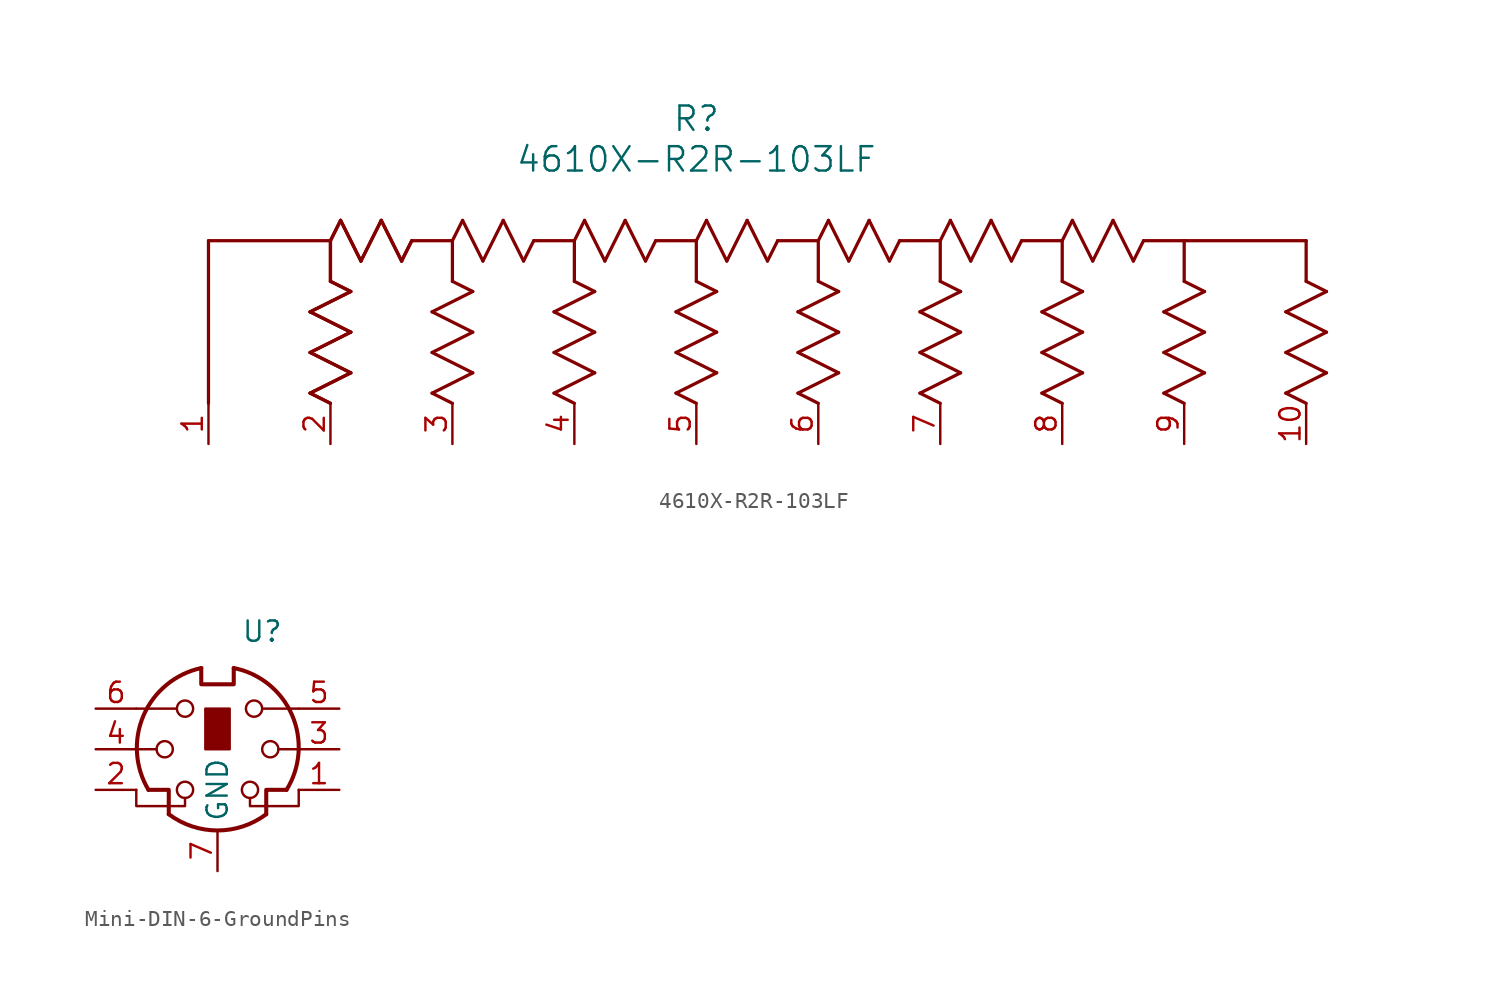
<source format=kicad_sym>
(kicad_symbol_lib
  (version 20241209)
  (generator "kicad_symbol_editor")
  (generator_version "9.0")
  (symbol "4610X-R2R-103LF"
    (pin_names
      (offset 0.254))
    (property "Reference" "R"
      (at 30.48 20.32 0)
      (effects (font (size 1.524 1.524))))
    (property "Value" "4610X-R2R-103LF"
      (at 30.48 17.78 0)
      (effects (font (size 1.524 1.524))))
    (property "ki_locked" ""
      (at 0 0 0)
      (effects (font (size 1.27 1.27))))
    (symbol "4610X-R2R-103LF_0_1"
      (polyline (pts (xy 0 12.7) (xy 7.62 12.7)) (stroke (width 0.203) (type default)) (fill (type none)))
      (polyline (pts (xy 0 2.54) (xy 0 12.7)) (stroke (width 0.203) (type default)) (fill (type none)))
      (polyline (pts (xy 6.35 8.255) (xy 8.89 6.985)) (stroke (width 0.203) (type default)) (fill (type none)))
      (polyline (pts (xy 6.35 8.255) (xy 8.89 6.985)) (stroke (width 0.203) (type default)) (fill (type none)))
      (polyline (pts (xy 6.35 5.715) (xy 8.89 4.445)) (stroke (width 0.203) (type default)) (fill (type none)))
      (polyline (pts (xy 6.35 5.715) (xy 8.89 4.445)) (stroke (width 0.203) (type default)) (fill (type none)))
      (polyline (pts (xy 6.35 3.175) (xy 7.62 2.54)) (stroke (width 0.203) (type default)) (fill (type none)))
      (polyline (pts (xy 6.35 3.175) (xy 7.62 2.54)) (stroke (width 0.203) (type default)) (fill (type none)))
      (polyline (pts (xy 7.62 12.7) (xy 7.62 10.16)) (stroke (width 0.203) (type default)) (fill (type none)))
      (polyline (pts (xy 7.62 12.7) (xy 7.62 10.16)) (stroke (width 0.203) (type default)) (fill (type none)))
      (polyline (pts (xy 7.62 12.7) (xy 8.255 13.97)) (stroke (width 0.203) (type default)) (fill (type none)))
      (polyline (pts (xy 7.62 12.7) (xy 8.255 13.97)) (stroke (width 0.203) (type default)) (fill (type none)))
      (polyline (pts (xy 7.62 10.16) (xy 8.89 9.525)) (stroke (width 0.203) (type default)) (fill (type none)))
      (polyline (pts (xy 7.62 10.16) (xy 8.89 9.525)) (stroke (width 0.203) (type default)) (fill (type none)))
      (polyline (pts (xy 8.255 13.97) (xy 9.525 11.43)) (stroke (width 0.203) (type default)) (fill (type none)))
      (polyline (pts (xy 8.255 13.97) (xy 9.525 11.43)) (stroke (width 0.203) (type default)) (fill (type none)))
      (polyline (pts (xy 8.89 9.525) (xy 6.35 8.255)) (stroke (width 0.203) (type default)) (fill (type none)))
      (polyline (pts (xy 8.89 9.525) (xy 6.35 8.255)) (stroke (width 0.203) (type default)) (fill (type none)))
      (polyline (pts (xy 8.89 6.985) (xy 6.35 5.715)) (stroke (width 0.203) (type default)) (fill (type none)))
      (polyline (pts (xy 8.89 6.985) (xy 6.35 5.715)) (stroke (width 0.203) (type default)) (fill (type none)))
      (polyline (pts (xy 8.89 4.445) (xy 6.35 3.175)) (stroke (width 0.203) (type default)) (fill (type none)))
      (polyline (pts (xy 8.89 4.445) (xy 6.35 3.175)) (stroke (width 0.203) (type default)) (fill (type none)))
      (polyline (pts (xy 9.525 11.43) (xy 10.795 13.97)) (stroke (width 0.203) (type default)) (fill (type none)))
      (polyline (pts (xy 9.525 11.43) (xy 10.795 13.97)) (stroke (width 0.203) (type default)) (fill (type none)))
      (polyline (pts (xy 10.795 13.97) (xy 12.065 11.43)) (stroke (width 0.203) (type default)) (fill (type none)))
      (polyline (pts (xy 10.795 13.97) (xy 12.065 11.43)) (stroke (width 0.203) (type default)) (fill (type none)))
      (polyline (pts (xy 12.065 11.43) (xy 12.7 12.7)) (stroke (width 0.203) (type default)) (fill (type none)))
      (polyline (pts (xy 12.065 11.43) (xy 12.7 12.7)) (stroke (width 0.203) (type default)) (fill (type none)))
      (polyline (pts (xy 12.7 12.7) (xy 15.24 12.7)) (stroke (width 0.203) (type default)) (fill (type none)))
      (polyline (pts (xy 13.97 8.255) (xy 16.51 6.985)) (stroke (width 0.203) (type default)) (fill (type none)))
      (polyline (pts (xy 13.97 5.715) (xy 16.51 4.445)) (stroke (width 0.203) (type default)) (fill (type none)))
      (polyline (pts (xy 13.97 3.175) (xy 15.24 2.54)) (stroke (width 0.203) (type default)) (fill (type none)))
      (polyline (pts (xy 15.24 12.7) (xy 15.24 10.16)) (stroke (width 0.203) (type default)) (fill (type none)))
      (polyline (pts (xy 15.24 12.7) (xy 15.875 13.97)) (stroke (width 0.203) (type default)) (fill (type none)))
      (polyline (pts (xy 15.24 10.16) (xy 16.51 9.525)) (stroke (width 0.203) (type default)) (fill (type none)))
      (polyline (pts (xy 15.875 13.97) (xy 17.145 11.43)) (stroke (width 0.203) (type default)) (fill (type none)))
      (polyline (pts (xy 16.51 9.525) (xy 13.97 8.255)) (stroke (width 0.203) (type default)) (fill (type none)))
      (polyline (pts (xy 16.51 6.985) (xy 13.97 5.715)) (stroke (width 0.203) (type default)) (fill (type none)))
      (polyline (pts (xy 16.51 4.445) (xy 13.97 3.175)) (stroke (width 0.203) (type default)) (fill (type none)))
      (polyline (pts (xy 17.145 11.43) (xy 18.415 13.97)) (stroke (width 0.203) (type default)) (fill (type none)))
      (polyline (pts (xy 18.415 13.97) (xy 19.685 11.43)) (stroke (width 0.203) (type default)) (fill (type none)))
      (polyline (pts (xy 19.685 11.43) (xy 20.32 12.7)) (stroke (width 0.203) (type default)) (fill (type none)))
      (polyline (pts (xy 20.32 12.7) (xy 22.86 12.7)) (stroke (width 0.203) (type default)) (fill (type none)))
      (polyline (pts (xy 21.59 8.255) (xy 24.13 6.985)) (stroke (width 0.203) (type default)) (fill (type none)))
      (polyline (pts (xy 21.59 5.715) (xy 24.13 4.445)) (stroke (width 0.203) (type default)) (fill (type none)))
      (polyline (pts (xy 21.59 3.175) (xy 22.86 2.54)) (stroke (width 0.203) (type default)) (fill (type none)))
      (polyline (pts (xy 22.86 12.7) (xy 22.86 10.16)) (stroke (width 0.203) (type default)) (fill (type none)))
      (polyline (pts (xy 22.86 12.7) (xy 23.495 13.97)) (stroke (width 0.203) (type default)) (fill (type none)))
      (polyline (pts (xy 22.86 10.16) (xy 24.13 9.525)) (stroke (width 0.203) (type default)) (fill (type none)))
      (polyline (pts (xy 23.495 13.97) (xy 24.765 11.43)) (stroke (width 0.203) (type default)) (fill (type none)))
      (polyline (pts (xy 24.13 9.525) (xy 21.59 8.255)) (stroke (width 0.203) (type default)) (fill (type none)))
      (polyline (pts (xy 24.13 6.985) (xy 21.59 5.715)) (stroke (width 0.203) (type default)) (fill (type none)))
      (polyline (pts (xy 24.13 4.445) (xy 21.59 3.175)) (stroke (width 0.203) (type default)) (fill (type none)))
      (polyline (pts (xy 24.765 11.43) (xy 26.035 13.97)) (stroke (width 0.203) (type default)) (fill (type none)))
      (polyline (pts (xy 26.035 13.97) (xy 27.305 11.43)) (stroke (width 0.203) (type default)) (fill (type none)))
      (polyline (pts (xy 27.305 11.43) (xy 27.94 12.7)) (stroke (width 0.203) (type default)) (fill (type none)))
      (polyline (pts (xy 27.94 12.7) (xy 30.48 12.7)) (stroke (width 0.203) (type default)) (fill (type none)))
      (polyline (pts (xy 29.21 8.255) (xy 31.75 6.985)) (stroke (width 0.203) (type default)) (fill (type none)))
      (polyline (pts (xy 29.21 5.715) (xy 31.75 4.445)) (stroke (width 0.203) (type default)) (fill (type none)))
      (polyline (pts (xy 29.21 3.175) (xy 30.48 2.54)) (stroke (width 0.203) (type default)) (fill (type none)))
      (polyline (pts (xy 30.48 12.7) (xy 30.48 10.16)) (stroke (width 0.203) (type default)) (fill (type none)))
      (polyline (pts (xy 30.48 12.7) (xy 31.115 13.97)) (stroke (width 0.203) (type default)) (fill (type none)))
      (polyline (pts (xy 30.48 10.16) (xy 31.75 9.525)) (stroke (width 0.203) (type default)) (fill (type none)))
      (polyline (pts (xy 31.115 13.97) (xy 32.385 11.43)) (stroke (width 0.203) (type default)) (fill (type none)))
      (polyline (pts (xy 31.75 9.525) (xy 29.21 8.255)) (stroke (width 0.203) (type default)) (fill (type none)))
      (polyline (pts (xy 31.75 6.985) (xy 29.21 5.715)) (stroke (width 0.203) (type default)) (fill (type none)))
      (polyline (pts (xy 31.75 4.445) (xy 29.21 3.175)) (stroke (width 0.203) (type default)) (fill (type none)))
      (polyline (pts (xy 32.385 11.43) (xy 33.655 13.97)) (stroke (width 0.203) (type default)) (fill (type none)))
      (polyline (pts (xy 33.655 13.97) (xy 34.925 11.43)) (stroke (width 0.203) (type default)) (fill (type none)))
      (polyline (pts (xy 34.925 11.43) (xy 35.56 12.7)) (stroke (width 0.203) (type default)) (fill (type none)))
      (polyline (pts (xy 35.56 12.7) (xy 38.1 12.7)) (stroke (width 0.203) (type default)) (fill (type none)))
      (polyline (pts (xy 36.83 8.255) (xy 39.37 6.985)) (stroke (width 0.203) (type default)) (fill (type none)))
      (polyline (pts (xy 36.83 5.715) (xy 39.37 4.445)) (stroke (width 0.203) (type default)) (fill (type none)))
      (polyline (pts (xy 36.83 3.175) (xy 38.1 2.54)) (stroke (width 0.203) (type default)) (fill (type none)))
      (polyline (pts (xy 38.1 12.7) (xy 38.1 10.16)) (stroke (width 0.203) (type default)) (fill (type none)))
      (polyline (pts (xy 38.1 12.7) (xy 38.735 13.97)) (stroke (width 0.203) (type default)) (fill (type none)))
      (polyline (pts (xy 38.1 10.16) (xy 39.37 9.525)) (stroke (width 0.203) (type default)) (fill (type none)))
      (polyline (pts (xy 38.735 13.97) (xy 40.005 11.43)) (stroke (width 0.203) (type default)) (fill (type none)))
      (polyline (pts (xy 39.37 9.525) (xy 36.83 8.255)) (stroke (width 0.203) (type default)) (fill (type none)))
      (polyline (pts (xy 39.37 6.985) (xy 36.83 5.715)) (stroke (width 0.203) (type default)) (fill (type none)))
      (polyline (pts (xy 39.37 4.445) (xy 36.83 3.175)) (stroke (width 0.203) (type default)) (fill (type none)))
      (polyline (pts (xy 40.005 11.43) (xy 41.275 13.97)) (stroke (width 0.203) (type default)) (fill (type none)))
      (polyline (pts (xy 41.275 13.97) (xy 42.545 11.43)) (stroke (width 0.203) (type default)) (fill (type none)))
      (polyline (pts (xy 42.545 11.43) (xy 43.18 12.7)) (stroke (width 0.203) (type default)) (fill (type none)))
      (polyline (pts (xy 43.18 12.7) (xy 45.72 12.7)) (stroke (width 0.203) (type default)) (fill (type none)))
      (polyline (pts (xy 44.45 8.255) (xy 46.99 6.985)) (stroke (width 0.203) (type default)) (fill (type none)))
      (polyline (pts (xy 44.45 5.715) (xy 46.99 4.445)) (stroke (width 0.203) (type default)) (fill (type none)))
      (polyline (pts (xy 44.45 3.175) (xy 45.72 2.54)) (stroke (width 0.203) (type default)) (fill (type none)))
      (polyline (pts (xy 45.72 12.7) (xy 45.72 10.16)) (stroke (width 0.203) (type default)) (fill (type none)))
      (polyline (pts (xy 45.72 12.7) (xy 46.355 13.97)) (stroke (width 0.203) (type default)) (fill (type none)))
      (polyline (pts (xy 45.72 10.16) (xy 46.99 9.525)) (stroke (width 0.203) (type default)) (fill (type none)))
      (polyline (pts (xy 46.355 13.97) (xy 47.625 11.43)) (stroke (width 0.203) (type default)) (fill (type none)))
      (polyline (pts (xy 46.99 9.525) (xy 44.45 8.255)) (stroke (width 0.203) (type default)) (fill (type none)))
      (polyline (pts (xy 46.99 6.985) (xy 44.45 5.715)) (stroke (width 0.203) (type default)) (fill (type none)))
      (polyline (pts (xy 46.99 4.445) (xy 44.45 3.175)) (stroke (width 0.203) (type default)) (fill (type none)))
      (polyline (pts (xy 47.625 11.43) (xy 48.895 13.97)) (stroke (width 0.203) (type default)) (fill (type none)))
      (polyline (pts (xy 48.895 13.97) (xy 50.165 11.43)) (stroke (width 0.203) (type default)) (fill (type none)))
      (polyline (pts (xy 50.165 11.43) (xy 50.8 12.7)) (stroke (width 0.203) (type default)) (fill (type none)))
      (polyline (pts (xy 50.8 12.7) (xy 53.34 12.7)) (stroke (width 0.203) (type default)) (fill (type none)))
      (polyline (pts (xy 52.07 8.255) (xy 54.61 6.985)) (stroke (width 0.203) (type default)) (fill (type none)))
      (polyline (pts (xy 52.07 5.715) (xy 54.61 4.445)) (stroke (width 0.203) (type default)) (fill (type none)))
      (polyline (pts (xy 52.07 3.175) (xy 53.34 2.54)) (stroke (width 0.203) (type default)) (fill (type none)))
      (polyline (pts (xy 53.34 12.7) (xy 53.34 10.16)) (stroke (width 0.203) (type default)) (fill (type none)))
      (polyline (pts (xy 53.34 12.7) (xy 53.975 13.97)) (stroke (width 0.203) (type default)) (fill (type none)))
      (polyline (pts (xy 53.34 10.16) (xy 54.61 9.525)) (stroke (width 0.203) (type default)) (fill (type none)))
      (polyline (pts (xy 53.975 13.97) (xy 55.245 11.43)) (stroke (width 0.203) (type default)) (fill (type none)))
      (polyline (pts (xy 54.61 9.525) (xy 52.07 8.255)) (stroke (width 0.203) (type default)) (fill (type none)))
      (polyline (pts (xy 54.61 6.985) (xy 52.07 5.715)) (stroke (width 0.203) (type default)) (fill (type none)))
      (polyline (pts (xy 54.61 4.445) (xy 52.07 3.175)) (stroke (width 0.203) (type default)) (fill (type none)))
      (polyline (pts (xy 55.245 11.43) (xy 56.515 13.97)) (stroke (width 0.203) (type default)) (fill (type none)))
      (polyline (pts (xy 56.515 13.97) (xy 57.785 11.43)) (stroke (width 0.203) (type default)) (fill (type none)))
      (polyline (pts (xy 57.785 11.43) (xy 58.42 12.7)) (stroke (width 0.203) (type default)) (fill (type none)))
      (polyline (pts (xy 58.42 12.7) (xy 60.96 12.7)) (stroke (width 0.203) (type default)) (fill (type none)))
      (polyline (pts (xy 59.69 8.255) (xy 62.23 6.985)) (stroke (width 0.203) (type default)) (fill (type none)))
      (polyline (pts (xy 59.69 5.715) (xy 62.23 4.445)) (stroke (width 0.203) (type default)) (fill (type none)))
      (polyline (pts (xy 59.69 3.175) (xy 60.96 2.54)) (stroke (width 0.203) (type default)) (fill (type none)))
      (polyline (pts (xy 60.96 12.7) (xy 60.96 10.16)) (stroke (width 0.203) (type default)) (fill (type none)))
      (polyline (pts (xy 60.96 12.7) (xy 68.58 12.7)) (stroke (width 0.203) (type default)) (fill (type none)))
      (polyline (pts (xy 60.96 10.16) (xy 62.23 9.525)) (stroke (width 0.203) (type default)) (fill (type none)))
      (polyline (pts (xy 62.23 9.525) (xy 59.69 8.255)) (stroke (width 0.203) (type default)) (fill (type none)))
      (polyline (pts (xy 62.23 6.985) (xy 59.69 5.715)) (stroke (width 0.203) (type default)) (fill (type none)))
      (polyline (pts (xy 62.23 4.445) (xy 59.69 3.175)) (stroke (width 0.203) (type default)) (fill (type none)))
      (polyline (pts (xy 67.31 8.255) (xy 69.85 6.985)) (stroke (width 0.203) (type default)) (fill (type none)))
      (polyline (pts (xy 67.31 5.715) (xy 69.85 4.445)) (stroke (width 0.203) (type default)) (fill (type none)))
      (polyline (pts (xy 67.31 3.175) (xy 68.58 2.54)) (stroke (width 0.203) (type default)) (fill (type none)))
      (polyline (pts (xy 68.58 12.7) (xy 68.58 10.16)) (stroke (width 0.203) (type default)) (fill (type none)))
      (polyline (pts (xy 68.58 10.16) (xy 69.85 9.525)) (stroke (width 0.203) (type default)) (fill (type none)))
      (polyline (pts (xy 69.85 9.525) (xy 67.31 8.255)) (stroke (width 0.203) (type default)) (fill (type none)))
      (polyline (pts (xy 69.85 6.985) (xy 67.31 5.715)) (stroke (width 0.203) (type default)) (fill (type none)))
      (polyline (pts (xy 69.85 4.445) (xy 67.31 3.175)) (stroke (width 0.203) (type default)) (fill (type none)))
      (pin input line (at 7.62 0 90) (length 2.54) (name "" (effects (font (size 1.27 1.27)))) (number "2" (effects (font (size 1.27 1.27)))))
      (pin input line (at 15.24 0 90) (length 2.54) (name "" (effects (font (size 1.27 1.27)))) (number "3" (effects (font (size 1.27 1.27)))))
      (pin input line (at 22.86 0 90) (length 2.54) (name "" (effects (font (size 1.27 1.27)))) (number "4" (effects (font (size 1.27 1.27)))))
      (pin input line (at 30.48 0 90) (length 2.54) (name "" (effects (font (size 1.27 1.27)))) (number "5" (effects (font (size 1.27 1.27)))))
      (pin input line (at 38.1 0 90) (length 2.54) (name "" (effects (font (size 1.27 1.27)))) (number "6" (effects (font (size 1.27 1.27)))))
      (pin input line (at 45.72 0 90) (length 2.54) (name "" (effects (font (size 1.27 1.27)))) (number "7" (effects (font (size 1.27 1.27)))))
      (pin input line (at 53.34 0 90) (length 2.54) (name "" (effects (font (size 1.27 1.27)))) (number "8" (effects (font (size 1.27 1.27)))))
      (pin input line (at 60.96 0 90) (length 2.54) (name "" (effects (font (size 1.27 1.27)))) (number "9" (effects (font (size 1.27 1.27))))))
    (symbol "4610X-R2R-103LF_1_1"
      (pin output line (at 0 0 90) (length 2.54) (name "" (effects (font (size 1.27 1.27)))) (number "1" (effects (font (size 1.27 1.27)))))
      (pin power_in line (at 68.58 0 90) (length 2.54) (name "" (effects (font (size 1.27 1.27)))) (number "10" (effects (font (size 1.27 1.27)))))))
  (symbol "Mini-DIN-6-GroundPins"
    (property "Reference" "U"
      (at 2.794 6.096 0)
      (effects (font (size 1.27 1.27))))
    (property "Value" ""
      (at 0 0 0)
      (effects (font (size 1.27 1.27))))
    (symbol "Mini-DIN-6-GroundPins_0_1"
      (polyline (pts (xy -4.318 -3.81) (xy -3.048 -3.81) (xy -3.048 -5.334)) (stroke (width 0.254) (type default)) (fill (type none)))
      (polyline (pts (xy -3.81 -1.27) (xy -5.08 -1.27)) (stroke (width 0) (type default)) (fill (type none)))
      (circle (center -3.302 -1.27) (radius 0.508) (stroke (width 0) (type default)) (fill (type none)))
      (polyline (pts (xy -2.54 1.27) (xy -5.08 1.27)) (stroke (width 0) (type default)) (fill (type none)))
      (circle (center -2.032 1.27) (radius 0.508) (stroke (width 0) (type default)) (fill (type none)))
      (circle (center -2.032 -3.81) (radius 0.508) (stroke (width 0) (type default)) (fill (type none)))
      (polyline (pts (xy -2.032 -4.318) (xy -2.032 -4.826) (xy -5.08 -4.826) (xy -5.08 -3.81)) (stroke (width 0) (type default)) (fill (type none)))
      (polyline (pts (xy -1.016 3.81) (xy -1.016 2.794) (xy 1.016 2.794) (xy 1.016 3.81)) (stroke (width 0.254) (type default)) (fill (type none)))
      (rectangle (start -0.762 1.27) (end 0.762 -1.27) (stroke (width 0) (type default)) (fill (type outline)))
      (arc (start 3.048 -5.334) (mid 0 -6.35) (end -3.048 -5.334) (stroke (width 0.254) (type default)) (fill (type none)))
      (arc (start 1.016 3.81) (mid 4.6646 0.8656) (end 4.318 -3.81) (stroke (width 0.254) (type default)) (fill (type none)))
      (arc (start -4.318 -3.81) (mid -4.6241 0.8481) (end -1.016 3.81) (stroke (width 0.254) (type default)) (fill (type none)))
      (circle (center 2.032 -3.81) (radius 0.508) (stroke (width 0) (type default)) (fill (type none)))
      (polyline (pts (xy 2.032 -4.318) (xy 2.032 -4.826) (xy 5.08 -4.826) (xy 5.08 -3.81)) (stroke (width 0) (type default)) (fill (type none)))
      (circle (center 2.286 1.27) (radius 0.508) (stroke (width 0) (type default)) (fill (type none)))
      (polyline (pts (xy 2.794 1.27) (xy 5.08 1.27)) (stroke (width 0) (type default)) (fill (type none)))
      (circle (center 3.302 -1.27) (radius 0.508) (stroke (width 0) (type default)) (fill (type none)))
      (polyline (pts (xy 4.318 -3.81) (xy 3.048 -3.81) (xy 3.048 -5.334)) (stroke (width 0.254) (type default)) (fill (type none)))
      (polyline (pts (xy 5.08 -1.27) (xy 3.81 -1.27)) (stroke (width 0) (type default)) (fill (type none))))
    (symbol "Mini-DIN-6-GroundPins_1_1"
      (pin passive line (at -7.62 1.27 0) (length 2.54) (name "~" (effects (font (size 1.27 1.27)))) (number "6" (effects (font (size 1.27 1.27)))))
      (pin passive line (at -7.62 -1.27 0) (length 2.54) (name "~" (effects (font (size 1.27 1.27)))) (number "4" (effects (font (size 1.27 1.27)))))
      (pin passive line (at -7.62 -3.81 0) (length 2.54) (name "~" (effects (font (size 1.27 1.27)))) (number "2" (effects (font (size 1.27 1.27)))))
      (pin power_in line (at 0 -8.89 90) (length 2.54) (name "GND" (effects (font (size 1.27 1.27)))) (number "7" (effects (font (size 1.27 1.27)))))
      (pin passive line (at 7.62 1.27 180) (length 2.54) (name "~" (effects (font (size 1.27 1.27)))) (number "5" (effects (font (size 1.27 1.27)))))
      (pin passive line (at 7.62 -1.27 180) (length 2.54) (name "~" (effects (font (size 1.27 1.27)))) (number "3" (effects (font (size 1.27 1.27)))))
      (pin passive line (at 7.62 -3.81 180) (length 2.54) (name "~" (effects (font (size 1.27 1.27)))) (number "1" (effects (font (size 1.27 1.27))))))))
</source>
